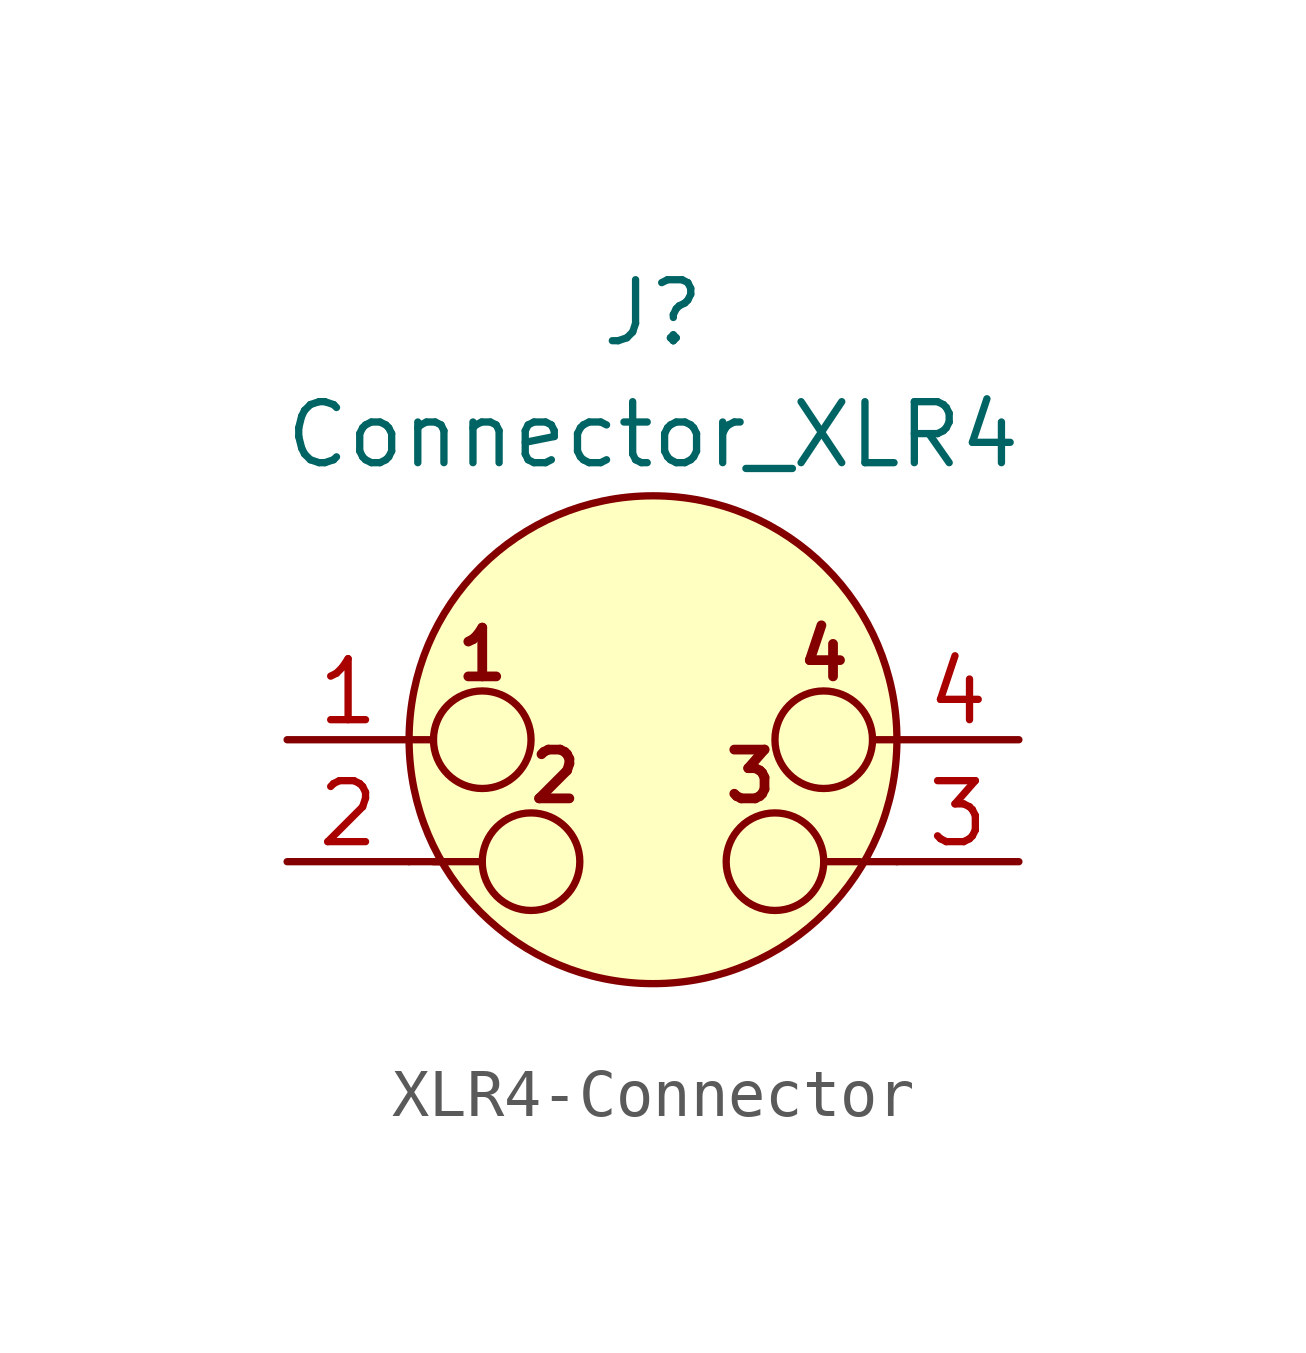
<source format=kicad_sym>
(kicad_symbol_lib
  (version 20220914)
  (generator kicad_symbol_editor)
  (symbol "XLR4-Connector"
    (pin_names hide)
    (property "Reference" "J"
      (at 0 8.89 0)
      (effects (font (size 1.27 1.27))))
    (property "Value" "Connector_XLR4"
      (at 0 6.35 0)
      (effects (font (size 1.27 1.27))))
    (symbol "XLR4-Connector_0_1"
      (circle (center -3.556 0) (radius 1.016) (stroke (width 0) (type solid)) (fill (type none)))
      (circle (center -2.54 -2.54) (radius 1.016) (stroke (width 0) (type solid)) (fill (type none)))
      (polyline (pts (xy -5.08 -2.54) (xy -4.445 -2.54)) (stroke (width 0) (type solid)) (fill (type none)))
      (polyline (pts (xy -5.08 0) (xy -4.572 0)) (stroke (width 0) (type solid)) (fill (type none)))
      (polyline (pts (xy -4.572 -2.54) (xy -3.556 -2.54)) (stroke (width 0) (type solid)) (fill (type none)))
      (polyline (pts (xy 4.318 -2.54) (xy 3.556 -2.54)) (stroke (width 0) (type solid)) (fill (type none)))
      (polyline (pts (xy 5.08 -2.54) (xy 4.445 -2.54)) (stroke (width 0) (type solid)) (fill (type none)))
      (polyline (pts (xy 5.08 0) (xy 4.572 0)) (stroke (width 0) (type solid)) (fill (type none)))
      (circle (center 0 0) (radius 5.08) (stroke (width 0) (type solid)) (fill (type background)))
      (circle (center 2.54 -2.54) (radius 1.016) (stroke (width 0) (type solid)) (fill (type none)))
      (circle (center 3.556 0) (radius 1.016) (stroke (width 0) (type solid)) (fill (type none)))
      (text "1" (at -3.556 1.778 0) (effects (font (size 1.016 1.016) bold)))
      (text "2" (at -2.032 -0.762 0) (effects (font (size 1.016 1.016) bold)))
      (text "3" (at 2.032 -0.762 0) (effects (font (size 1.016 1.016) bold)))
      (text "4" (at 3.556 1.778 0) (effects (font (size 1.016 1.016) bold))))
    (symbol "XLR4-Connector_1_1"
      (pin passive line (at -7.62 0 0) (length 2.54) (name "~" (effects (font (size 1.27 1.27)))) (number "1" (effects (font (size 1.27 1.27)))))
      (pin passive line (at -7.62 -2.54 0) (length 2.54) (name "~" (effects (font (size 1.27 1.27)))) (number "2" (effects (font (size 1.27 1.27)))))
      (pin passive line (at 7.62 -2.54 180) (length 2.54) (name "~" (effects (font (size 1.27 1.27)))) (number "3" (effects (font (size 1.27 1.27)))))
      (pin passive line (at 7.62 0 180) (length 2.54) (name "~" (effects (font (size 1.27 1.27)))) (number "4" (effects (font (size 1.27 1.27))))))))
</source>
